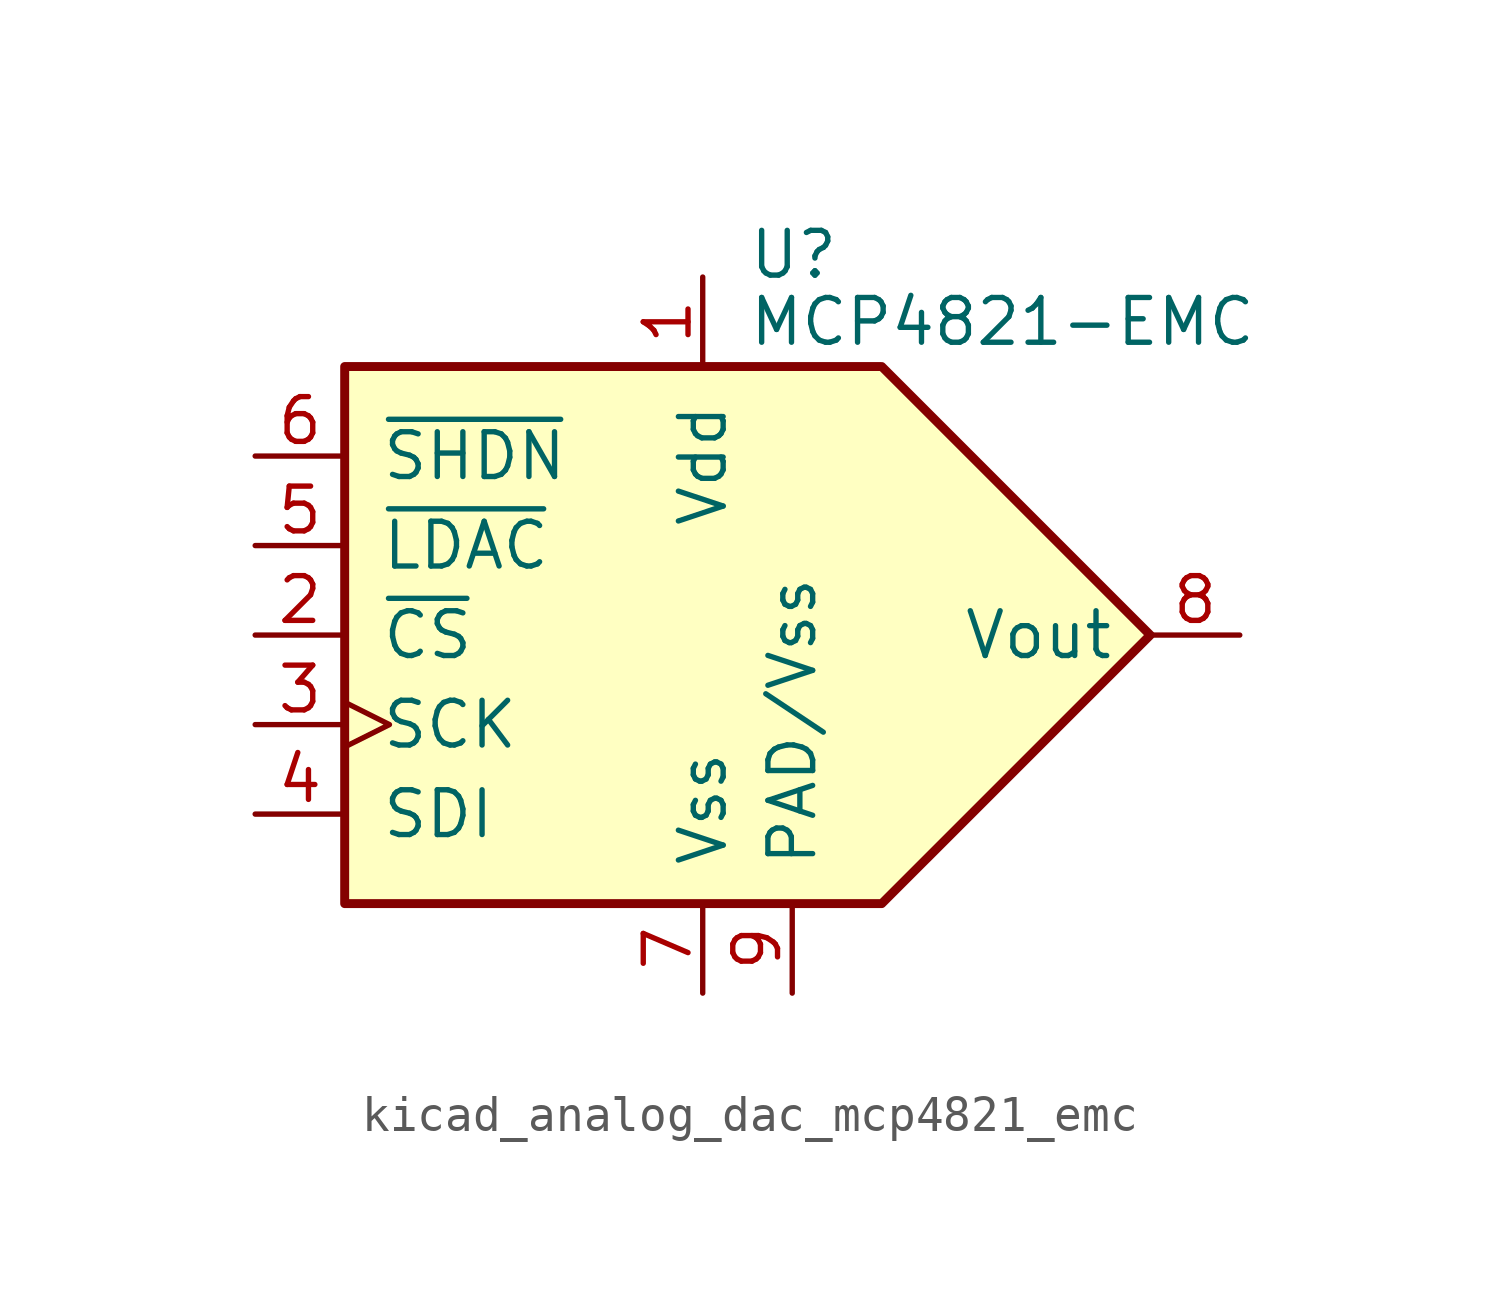
<source format=kicad_sym>
(kicad_symbol_lib
  (version 20220914)
  (generator kicad_symbol_editor)
  (symbol "kicad_analog_dac_mcp4821_emc"
    (pin_names
      (offset 1.016))
    (property "Reference" "U"
      (at 1.27 10.795 0)
      (effects (font (size 1.27 1.27)) (justify left)))
    (property "Value" "MCP4821-EMC"
      (at 1.27 8.89 0)
      (effects (font (size 1.27 1.27)) (justify left)))
    (symbol "kicad_analog_dac_mcp4821_emc_0_0"
      (polyline (pts (xy 12.7 0) (xy 5.08 7.62) (xy -10.16 7.62) (xy -10.16 -7.62) (xy 5.08 -7.62) (xy 12.7 0)) (stroke (width 0.254) (type default)) (fill (type background))))
    (symbol "kicad_analog_dac_mcp4821_emc_1_1"
      (pin power_in line (at 0 10.16 270) (length 2.54) (name "Vdd" (effects (font (size 1.27 1.27)))) (number "1" (effects (font (size 1.27 1.27)))))
      (pin input line (at -12.7 0 0) (length 2.54) (name "~{CS}" (effects (font (size 1.27 1.27)))) (number "2" (effects (font (size 1.27 1.27)))))
      (pin input clock (at -12.7 -2.54 0) (length 2.54) (name "SCK" (effects (font (size 1.27 1.27)))) (number "3" (effects (font (size 1.27 1.27)))))
      (pin input line (at -12.7 -5.08 0) (length 2.54) (name "SDI" (effects (font (size 1.27 1.27)))) (number "4" (effects (font (size 1.27 1.27)))))
      (pin input line (at -12.7 2.54 0) (length 2.54) (name "~{LDAC}" (effects (font (size 1.27 1.27)))) (number "5" (effects (font (size 1.27 1.27)))))
      (pin input line (at -12.7 5.08 0) (length 2.54) (name "~{SHDN}" (effects (font (size 1.27 1.27)))) (number "6" (effects (font (size 1.27 1.27)))))
      (pin power_in line (at 0 -10.16 90) (length 2.54) (name "Vss" (effects (font (size 1.27 1.27)))) (number "7" (effects (font (size 1.27 1.27)))))
      (pin output line (at 15.24 0 180) (length 2.54) (name "Vout" (effects (font (size 1.27 1.27)))) (number "8" (effects (font (size 1.27 1.27)))))
      (pin power_in line (at 2.54 -10.16 90) (length 2.54) (name "PAD/Vss" (effects (font (size 1.27 1.27)))) (number "9" (effects (font (size 1.27 1.27))))))))
</source>
